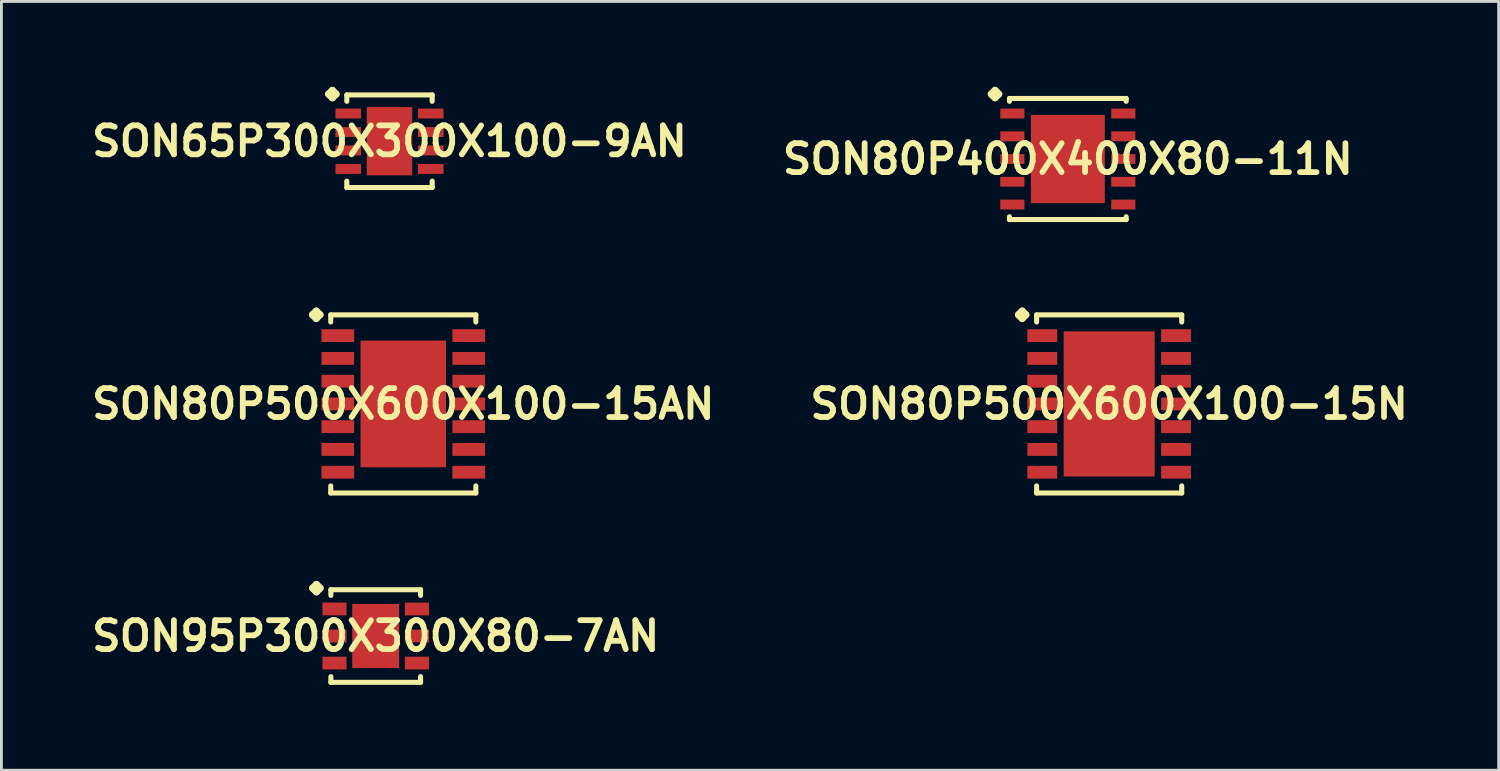
<source format=kicad_pcb>
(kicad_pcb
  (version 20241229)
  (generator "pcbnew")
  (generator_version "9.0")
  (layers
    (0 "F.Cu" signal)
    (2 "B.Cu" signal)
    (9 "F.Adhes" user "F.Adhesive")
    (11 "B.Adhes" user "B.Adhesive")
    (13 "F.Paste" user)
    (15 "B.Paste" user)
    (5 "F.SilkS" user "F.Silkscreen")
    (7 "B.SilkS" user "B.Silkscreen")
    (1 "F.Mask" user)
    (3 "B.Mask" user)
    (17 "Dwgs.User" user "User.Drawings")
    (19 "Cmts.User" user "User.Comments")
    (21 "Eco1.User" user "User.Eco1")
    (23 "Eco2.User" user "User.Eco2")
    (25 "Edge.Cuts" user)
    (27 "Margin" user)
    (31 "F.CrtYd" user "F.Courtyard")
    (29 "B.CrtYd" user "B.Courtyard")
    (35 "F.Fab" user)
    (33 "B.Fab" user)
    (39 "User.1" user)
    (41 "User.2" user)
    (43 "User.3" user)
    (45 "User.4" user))
  (footprint "SON80P400X400X80-11N"
    (layer "F.Cu")
    (at 34.452 2.535)
    (property "Reference" "SON80P400X400X80-11N" (at 0 0 0) (layer "F.SilkS") (effects (font (size 1.016 1.016) (thickness 0.203))))
    (attr smd)
    (fp_line (start -2.685 -2.281) (end -2.558 -2.408) (stroke (width 0.254) (type solid)) (layer "F.SilkS"))
    (fp_line (start -2.558 -2.408) (end -2.431 -2.281) (stroke (width 0.254) (type solid)) (layer "F.SilkS"))
    (fp_line (start -2.558 -2.154) (end -2.685 -2.281) (stroke (width 0.254) (type solid)) (layer "F.SilkS"))
    (fp_line (start -2.431 -2.281) (end -2.558 -2.154) (stroke (width 0.254) (type solid)) (layer "F.SilkS"))
    (fp_line (start -2.05 -2.126) (end 2.05 -2.126) (stroke (width 0.178) (type solid)) (layer "F.SilkS"))
    (fp_line (start -2.05 -2.027) (end -2.05 -2.126) (stroke (width 0.178) (type solid)) (layer "F.SilkS"))
    (fp_line (start -2.05 2.027) (end -2.05 2.126) (stroke (width 0.178) (type solid)) (layer "F.SilkS"))
    (fp_line (start -2.05 2.126) (end 2.05 2.126) (stroke (width 0.178) (type solid)) (layer "F.SilkS"))
    (fp_line (start 2.05 -2.126) (end 2.05 -2.027) (stroke (width 0.178) (type solid)) (layer "F.SilkS"))
    (fp_line (start 2.05 2.126) (end 2.05 2.027) (stroke (width 0.178) (type solid)) (layer "F.SilkS"))
    (pad "1" smd rect (at -1.948 -1.598) (size 0.848 0.348) (layers "F.Cu" "F.Mask" "F.Paste"))
    (pad "2" smd rect (at -1.948 -0.798) (size 0.848 0.348) (layers "F.Cu" "F.Mask" "F.Paste"))
    (pad "3" smd rect (at -1.948 0) (size 0.848 0.348) (layers "F.Cu" "F.Mask" "F.Paste"))
    (pad "4" smd rect (at -1.948 0.798) (size 0.848 0.348) (layers "F.Cu" "F.Mask" "F.Paste"))
    (pad "5" smd rect (at -1.948 1.598) (size 0.848 0.348) (layers "F.Cu" "F.Mask" "F.Paste"))
    (pad "6" smd rect (at 1.948 1.598) (size 0.848 0.348) (layers "F.Cu" "F.Mask" "F.Paste"))
    (pad "7" smd rect (at 1.948 0.798) (size 0.848 0.348) (layers "F.Cu" "F.Mask" "F.Paste"))
    (pad "8" smd rect (at 1.948 0) (size 0.848 0.348) (layers "F.Cu" "F.Mask" "F.Paste"))
    (pad "9" smd rect (at 1.948 -0.798) (size 0.848 0.348) (layers "F.Cu" "F.Mask" "F.Paste"))
    (pad "10" smd rect (at 1.948 -1.598) (size 0.848 0.348) (layers "F.Cu" "F.Mask" "F.Paste"))
    (pad "11" smd rect (at 0 0) (size 2.598 3.099) (layers "F.Cu" "F.Mask" "F.Paste")))
  (footprint "SON95P300X300X80-7AN"
    (layer "F.Cu")
    (at 10.145 19.287)
    (property "Reference" "SON95P300X300X80-7AN" (at 0 0 0) (layer "F.SilkS") (effects (font (size 1.016 1.016) (thickness 0.203))))
    (attr smd)
    (fp_line (start -2.21 -1.681) (end -2.083 -1.808) (stroke (width 0.254) (type solid)) (layer "F.SilkS"))
    (fp_line (start -2.083 -1.808) (end -1.956 -1.681) (stroke (width 0.254) (type solid)) (layer "F.SilkS"))
    (fp_line (start -2.083 -1.554) (end -2.21 -1.681) (stroke (width 0.254) (type solid)) (layer "F.SilkS"))
    (fp_line (start -1.956 -1.681) (end -2.083 -1.554) (stroke (width 0.254) (type solid)) (layer "F.SilkS"))
    (fp_line (start -1.575 -1.626) (end 1.575 -1.626) (stroke (width 0.178) (type solid)) (layer "F.SilkS"))
    (fp_line (start -1.575 -1.427) (end -1.575 -1.626) (stroke (width 0.178) (type solid)) (layer "F.SilkS"))
    (fp_line (start -1.575 1.427) (end -1.575 1.626) (stroke (width 0.178) (type solid)) (layer "F.SilkS"))
    (fp_line (start -1.575 1.626) (end 1.575 1.626) (stroke (width 0.178) (type solid)) (layer "F.SilkS"))
    (fp_line (start 1.575 -1.626) (end 1.575 -1.427) (stroke (width 0.178) (type solid)) (layer "F.SilkS"))
    (fp_line (start 1.575 1.626) (end 1.575 1.427) (stroke (width 0.178) (type solid)) (layer "F.SilkS"))
    (pad "1" smd rect (at -1.448 -0.95) (size 0.848 0.45) (layers "F.Cu" "F.Mask" "F.Paste"))
    (pad "2" smd rect (at -1.448 0) (size 0.848 0.45) (layers "F.Cu" "F.Mask" "F.Paste"))
    (pad "3" smd rect (at -1.448 0.95) (size 0.848 0.45) (layers "F.Cu" "F.Mask" "F.Paste"))
    (pad "4" smd rect (at 1.448 0.95) (size 0.848 0.45) (layers "F.Cu" "F.Mask" "F.Paste"))
    (pad "5" smd rect (at 1.448 0) (size 0.848 0.45) (layers "F.Cu" "F.Mask" "F.Paste"))
    (pad "6" smd rect (at 1.448 -0.95) (size 0.848 0.45) (layers "F.Cu" "F.Mask" "F.Paste"))
    (pad "7" smd rect (at 0 0) (size 1.648 2.248) (layers "F.Cu" "F.Mask" "F.Paste")))
  (footprint "SON80P500X600X100-15N"
    (layer "F.Cu")
    (at 35.904 11.136)
    (property "Reference" "SON80P500X600X100-15N" (at 0 0 0) (layer "F.SilkS") (effects (font (size 1.016 1.016) (thickness 0.203))))
    (attr smd)
    (fp_line (start -3.183 -3.132) (end -3.056 -3.259) (stroke (width 0.254) (type solid)) (layer "F.SilkS"))
    (fp_line (start -3.056 -3.259) (end -2.929 -3.132) (stroke (width 0.254) (type solid)) (layer "F.SilkS"))
    (fp_line (start -3.056 -3.005) (end -3.183 -3.132) (stroke (width 0.254) (type solid)) (layer "F.SilkS"))
    (fp_line (start -2.929 -3.132) (end -3.056 -3.005) (stroke (width 0.254) (type solid)) (layer "F.SilkS"))
    (fp_line (start -2.548 -3.127) (end 2.548 -3.127) (stroke (width 0.178) (type solid)) (layer "F.SilkS"))
    (fp_line (start -2.548 -2.878) (end -2.548 -3.127) (stroke (width 0.178) (type solid)) (layer "F.SilkS"))
    (fp_line (start -2.548 2.878) (end -2.548 3.127) (stroke (width 0.178) (type solid)) (layer "F.SilkS"))
    (fp_line (start -2.548 3.127) (end 2.548 3.127) (stroke (width 0.178) (type solid)) (layer "F.SilkS"))
    (fp_line (start 2.548 -3.127) (end 2.548 -2.878) (stroke (width 0.178) (type solid)) (layer "F.SilkS"))
    (fp_line (start 2.548 3.127) (end 2.548 2.878) (stroke (width 0.178) (type solid)) (layer "F.SilkS"))
    (pad "1" smd rect (at -2.349 -2.398) (size 1.049 0.45) (layers "F.Cu" "F.Mask" "F.Paste"))
    (pad "2" smd rect (at -2.349 -1.598) (size 1.049 0.45) (layers "F.Cu" "F.Mask" "F.Paste"))
    (pad "3" smd rect (at -2.349 -0.798) (size 1.049 0.45) (layers "F.Cu" "F.Mask" "F.Paste"))
    (pad "4" smd rect (at -2.349 0) (size 1.049 0.45) (layers "F.Cu" "F.Mask" "F.Paste"))
    (pad "5" smd rect (at -2.349 0.798) (size 1.049 0.45) (layers "F.Cu" "F.Mask" "F.Paste"))
    (pad "6" smd rect (at -2.349 1.598) (size 1.049 0.45) (layers "F.Cu" "F.Mask" "F.Paste"))
    (pad "7" smd rect (at -2.349 2.398) (size 1.049 0.45) (layers "F.Cu" "F.Mask" "F.Paste"))
    (pad "8" smd rect (at 2.349 2.398) (size 1.049 0.45) (layers "F.Cu" "F.Mask" "F.Paste"))
    (pad "9" smd rect (at 2.349 1.598) (size 1.049 0.45) (layers "F.Cu" "F.Mask" "F.Paste"))
    (pad "10" smd rect (at 2.349 0.798) (size 1.049 0.45) (layers "F.Cu" "F.Mask" "F.Paste"))
    (pad "11" smd rect (at 2.349 0) (size 1.049 0.45) (layers "F.Cu" "F.Mask" "F.Paste"))
    (pad "12" smd rect (at 2.349 -0.798) (size 1.049 0.45) (layers "F.Cu" "F.Mask" "F.Paste"))
    (pad "13" smd rect (at 2.349 -1.598) (size 1.049 0.45) (layers "F.Cu" "F.Mask" "F.Paste"))
    (pad "14" smd rect (at 2.349 -2.398) (size 1.049 0.45) (layers "F.Cu" "F.Mask" "F.Paste"))
    (pad "15" smd rect (at 0 0) (size 3.198 5.098) (layers "F.Cu" "F.Mask" "F.Paste")))
  (footprint "SON65P300X300X100-9AN"
    (layer "F.Cu")
    (at 10.629 1.91)
    (property "Reference" "SON65P300X300X100-9AN" (at 0 0 0) (layer "F.SilkS") (effects (font (size 1.016 1.016) (thickness 0.203))))
    (attr smd)
    (fp_line (start -2.134 -1.656) (end -2.007 -1.783) (stroke (width 0.254) (type solid)) (layer "F.SilkS"))
    (fp_line (start -2.007 -1.783) (end -1.88 -1.656) (stroke (width 0.254) (type solid)) (layer "F.SilkS"))
    (fp_line (start -2.007 -1.529) (end -2.134 -1.656) (stroke (width 0.254) (type solid)) (layer "F.SilkS"))
    (fp_line (start -1.88 -1.656) (end -2.007 -1.529) (stroke (width 0.254) (type solid)) (layer "F.SilkS"))
    (fp_line (start -1.499 -1.626) (end 1.499 -1.626) (stroke (width 0.178) (type solid)) (layer "F.SilkS"))
    (fp_line (start -1.499 -1.402) (end -1.499 -1.626) (stroke (width 0.178) (type solid)) (layer "F.SilkS"))
    (fp_line (start -1.499 1.402) (end -1.499 1.626) (stroke (width 0.178) (type solid)) (layer "F.SilkS"))
    (fp_line (start -1.499 1.626) (end 1.499 1.626) (stroke (width 0.178) (type solid)) (layer "F.SilkS"))
    (fp_line (start 1.499 -1.626) (end 1.499 -1.402) (stroke (width 0.178) (type solid)) (layer "F.SilkS"))
    (fp_line (start 1.499 1.626) (end 1.499 1.402) (stroke (width 0.178) (type solid)) (layer "F.SilkS"))
    (pad "1" smd rect (at -1.448 -0.973) (size 0.899 0.348) (layers "F.Cu" "F.Mask" "F.Paste"))
    (pad "2" smd rect (at -1.448 -0.323) (size 0.899 0.348) (layers "F.Cu" "F.Mask" "F.Paste"))
    (pad "3" smd rect (at -1.448 0.323) (size 0.899 0.348) (layers "F.Cu" "F.Mask" "F.Paste"))
    (pad "4" smd rect (at -1.448 0.973) (size 0.899 0.348) (layers "F.Cu" "F.Mask" "F.Paste"))
    (pad "5" smd rect (at 1.448 0.973) (size 0.899 0.348) (layers "F.Cu" "F.Mask" "F.Paste"))
    (pad "6" smd rect (at 1.448 0.323) (size 0.899 0.348) (layers "F.Cu" "F.Mask" "F.Paste"))
    (pad "7" smd rect (at 1.448 -0.323) (size 0.899 0.348) (layers "F.Cu" "F.Mask" "F.Paste"))
    (pad "8" smd rect (at 1.448 -0.973) (size 0.899 0.348) (layers "F.Cu" "F.Mask" "F.Paste"))
    (pad "9" smd rect (at 0 0) (size 1.598 2.398) (layers "F.Cu" "F.Mask" "F.Paste")))
  (footprint "SON80P500X600X100-15AN"
    (layer "F.Cu")
    (at 11.113 11.136)
    (property "Reference" "SON80P500X600X100-15AN" (at 0 0 0) (layer "F.SilkS") (effects (font (size 1.016 1.016) (thickness 0.203))))
    (attr smd)
    (fp_line (start -3.183 -3.132) (end -3.056 -3.259) (stroke (width 0.254) (type solid)) (layer "F.SilkS"))
    (fp_line (start -3.056 -3.259) (end -2.929 -3.132) (stroke (width 0.254) (type solid)) (layer "F.SilkS"))
    (fp_line (start -3.056 -3.005) (end -3.183 -3.132) (stroke (width 0.254) (type solid)) (layer "F.SilkS"))
    (fp_line (start -2.929 -3.132) (end -3.056 -3.005) (stroke (width 0.254) (type solid)) (layer "F.SilkS"))
    (fp_line (start -2.548 -3.127) (end 2.548 -3.127) (stroke (width 0.178) (type solid)) (layer "F.SilkS"))
    (fp_line (start -2.548 -2.878) (end -2.548 -3.127) (stroke (width 0.178) (type solid)) (layer "F.SilkS"))
    (fp_line (start -2.548 2.878) (end -2.548 3.127) (stroke (width 0.178) (type solid)) (layer "F.SilkS"))
    (fp_line (start -2.548 3.127) (end 2.548 3.127) (stroke (width 0.178) (type solid)) (layer "F.SilkS"))
    (fp_line (start 2.548 -3.127) (end 2.548 -2.878) (stroke (width 0.178) (type solid)) (layer "F.SilkS"))
    (fp_line (start 2.548 3.127) (end 2.548 2.878) (stroke (width 0.178) (type solid)) (layer "F.SilkS"))
    (pad "1" smd rect (at -2.299 -2.398) (size 1.148 0.45) (layers "F.Cu" "F.Mask" "F.Paste"))
    (pad "2" smd rect (at -2.299 -1.598) (size 1.148 0.45) (layers "F.Cu" "F.Mask" "F.Paste"))
    (pad "3" smd rect (at -2.299 -0.798) (size 1.148 0.45) (layers "F.Cu" "F.Mask" "F.Paste"))
    (pad "4" smd rect (at -2.299 0) (size 1.148 0.45) (layers "F.Cu" "F.Mask" "F.Paste"))
    (pad "5" smd rect (at -2.299 0.798) (size 1.148 0.45) (layers "F.Cu" "F.Mask" "F.Paste"))
    (pad "6" smd rect (at -2.299 1.598) (size 1.148 0.45) (layers "F.Cu" "F.Mask" "F.Paste"))
    (pad "7" smd rect (at -2.299 2.398) (size 1.148 0.45) (layers "F.Cu" "F.Mask" "F.Paste"))
    (pad "8" smd rect (at 2.299 2.398) (size 1.148 0.45) (layers "F.Cu" "F.Mask" "F.Paste"))
    (pad "9" smd rect (at 2.299 1.598) (size 1.148 0.45) (layers "F.Cu" "F.Mask" "F.Paste"))
    (pad "10" smd rect (at 2.299 0.798) (size 1.148 0.45) (layers "F.Cu" "F.Mask" "F.Paste"))
    (pad "11" smd rect (at 2.299 0) (size 1.148 0.45) (layers "F.Cu" "F.Mask" "F.Paste"))
    (pad "12" smd rect (at 2.299 -0.798) (size 1.148 0.45) (layers "F.Cu" "F.Mask" "F.Paste"))
    (pad "13" smd rect (at 2.299 -1.598) (size 1.148 0.45) (layers "F.Cu" "F.Mask" "F.Paste"))
    (pad "14" smd rect (at 2.299 -2.398) (size 1.148 0.45) (layers "F.Cu" "F.Mask" "F.Paste"))
    (pad "15" smd rect (at 0 0) (size 3 4.448) (layers "F.Cu" "F.Mask" "F.Paste")))
  (gr_rect
    (start -3 -3)
    (end 49.582 24.001)
    (stroke (width 0.1) (type default))
    (fill no)
    (layer "Edge.Cuts")))
</source>
